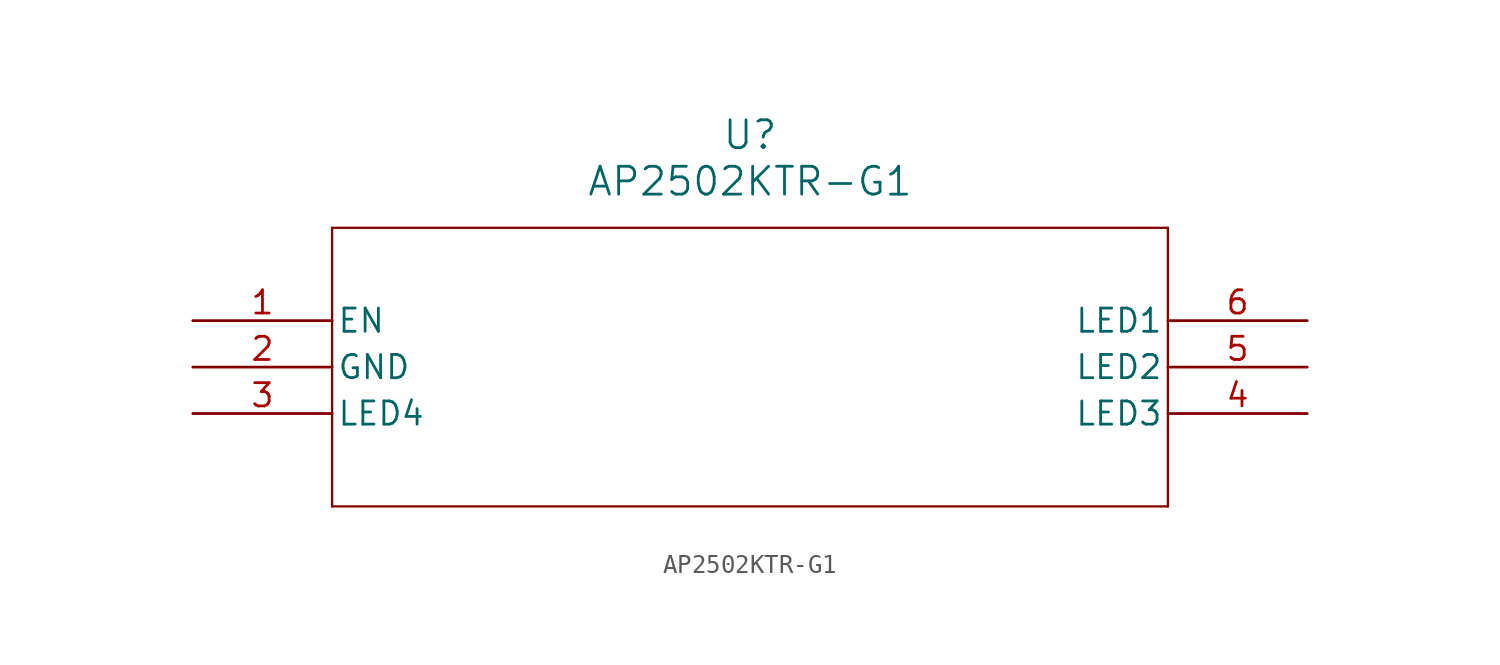
<source format=kicad_sym>
(kicad_symbol_lib
  (version 20220914)
  (generator kicad_symbol_editor)
  (symbol "AP2502KTR-G1"
    (pin_names
      (offset 0.254))
    (property "Reference" "U"
      (at 30.48 10.16 0)
      (effects (font (size 1.524 1.524))))
    (property "Value" "AP2502KTR-G1"
      (at 30.48 7.62 0)
      (effects (font (size 1.524 1.524))))
    (property "ki_locked" ""
      (at 0 0 0)
      (effects (font (size 1.27 1.27))))
    (symbol "AP2502KTR-G1_0_1"
      (polyline (pts (xy 7.62 -10.16) (xy 53.34 -10.16)) (stroke (width 0.127) (type default)) (fill (type none)))
      (polyline (pts (xy 7.62 5.08) (xy 7.62 -10.16)) (stroke (width 0.127) (type default)) (fill (type none)))
      (polyline (pts (xy 53.34 -10.16) (xy 53.34 5.08)) (stroke (width 0.127) (type default)) (fill (type none)))
      (polyline (pts (xy 53.34 5.08) (xy 7.62 5.08)) (stroke (width 0.127) (type default)) (fill (type none)))
      (pin power_in line (at 0 -2.54 0) (length 7.62) (name "GND" (effects (font (size 1.27 1.27)))) (number "2" (effects (font (size 1.27 1.27))))))
    (symbol "AP2502KTR-G1_1_1"
      (pin input line (at 0 0 0) (length 7.62) (name "EN" (effects (font (size 1.27 1.27)))) (number "1" (effects (font (size 1.27 1.27)))))
      (pin output line (at 0 -5.08 0) (length 7.62) (name "LED4" (effects (font (size 1.27 1.27)))) (number "3" (effects (font (size 1.27 1.27)))))
      (pin output line (at 60.96 -5.08 180) (length 7.62) (name "LED3" (effects (font (size 1.27 1.27)))) (number "4" (effects (font (size 1.27 1.27)))))
      (pin output line (at 60.96 -2.54 180) (length 7.62) (name "LED2" (effects (font (size 1.27 1.27)))) (number "5" (effects (font (size 1.27 1.27)))))
      (pin output line (at 60.96 0 180) (length 7.62) (name "LED1" (effects (font (size 1.27 1.27)))) (number "6" (effects (font (size 1.27 1.27))))))))
</source>
